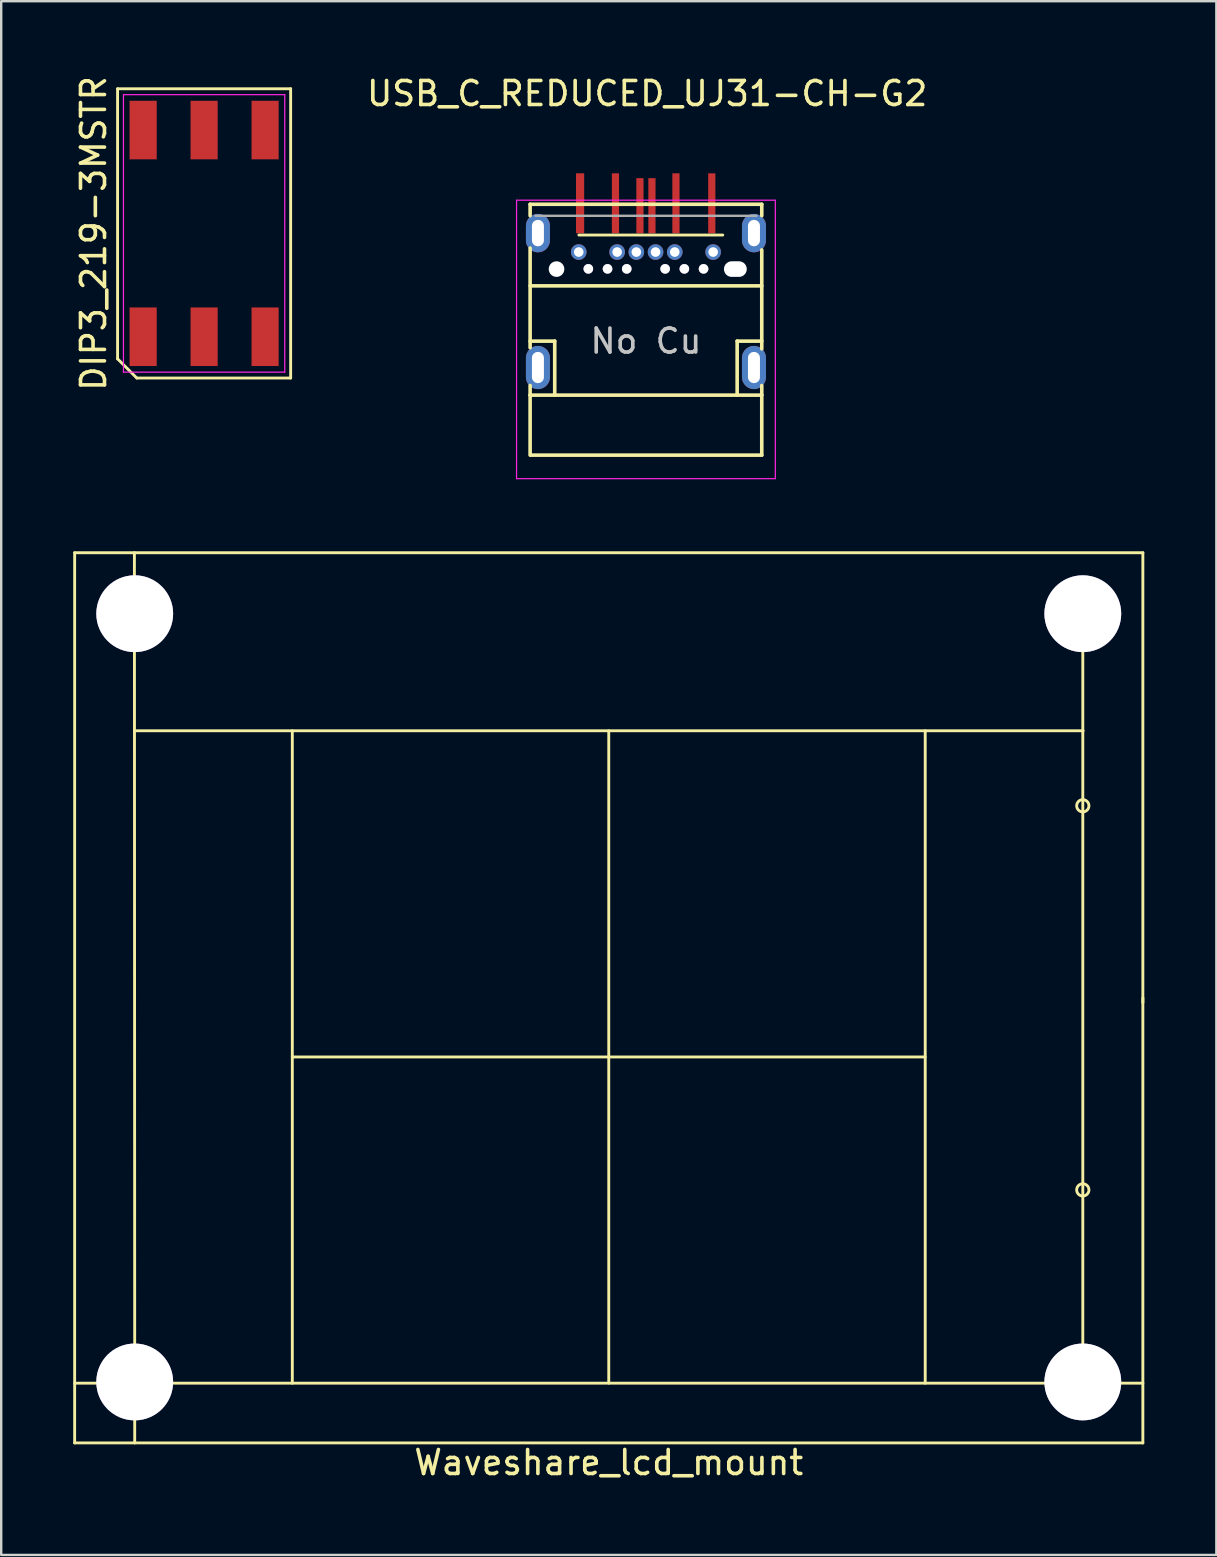
<source format=kicad_pcb>
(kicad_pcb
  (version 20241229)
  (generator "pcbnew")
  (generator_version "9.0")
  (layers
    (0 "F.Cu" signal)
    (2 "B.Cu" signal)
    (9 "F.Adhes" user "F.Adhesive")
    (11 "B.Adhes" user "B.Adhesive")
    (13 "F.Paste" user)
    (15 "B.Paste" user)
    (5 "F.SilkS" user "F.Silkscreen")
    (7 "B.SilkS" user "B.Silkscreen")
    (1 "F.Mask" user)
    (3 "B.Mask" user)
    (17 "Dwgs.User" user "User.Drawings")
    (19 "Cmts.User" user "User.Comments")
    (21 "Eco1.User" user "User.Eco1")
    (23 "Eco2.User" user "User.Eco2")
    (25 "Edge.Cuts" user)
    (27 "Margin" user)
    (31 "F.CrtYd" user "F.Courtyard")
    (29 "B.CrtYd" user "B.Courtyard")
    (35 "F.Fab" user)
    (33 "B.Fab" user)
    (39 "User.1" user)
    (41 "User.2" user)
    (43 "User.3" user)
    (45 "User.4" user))
  (footprint "Waveshare_lcd_mount"
    (layer "F.Cu")
    (at 22.31 38.518)
    (property "Reference" "Waveshare_lcd_mount" (at 0 19.36 0) (layer "F.SilkS") (effects (font (size 1 1) (thickness 0.15))))
    (attr through_hole)
    (fp_line (start -22.25 -18.542) (end -22.25 18.542) (stroke (width 0.12) (type solid)) (layer "F.SilkS"))
    (fp_line (start -19.748 16.002) (end -19.761 -18.542) (stroke (width 0.12) (type solid)) (layer "F.SilkS"))
    (fp_line (start -19.748 16.002) (end -19.748 18.542) (stroke (width 0.12) (type solid)) (layer "F.SilkS"))
    (fp_line (start -13.183 -11.125) (end -13.183 16.053) (stroke (width 0.12) (type solid)) (layer "F.SilkS"))
    (fp_line (start 0 -11.125) (end 0 16.053) (stroke (width 0.12) (type solid)) (layer "F.SilkS"))
    (fp_line (start 13.183 -11.125) (end 13.183 16.053) (stroke (width 0.12) (type solid)) (layer "F.SilkS"))
    (fp_line (start 13.183 2.464) (end -13.183 2.464) (stroke (width 0.12) (type solid)) (layer "F.SilkS"))
    (fp_line (start 19.748 16.002) (end 19.748 -16.002) (stroke (width 0.12) (type solid)) (layer "F.SilkS"))
    (fp_line (start 19.761 -11.125) (end -19.761 -11.125) (stroke (width 0.12) (type solid)) (layer "F.SilkS"))
    (fp_line (start 22.25 -18.542) (end -22.25 -18.542) (stroke (width 0.12) (type solid)) (layer "F.SilkS"))
    (fp_line (start 22.25 -18.542) (end 22.25 18.542) (stroke (width 0.12) (type solid)) (layer "F.SilkS"))
    (fp_line (start 22.25 0) (end 22.25 0.203) (stroke (width 0.12) (type solid)) (layer "F.SilkS"))
    (fp_line (start 22.25 16.053) (end -22.25 16.053) (stroke (width 0.12) (type solid)) (layer "F.SilkS"))
    (fp_line (start 22.25 18.542) (end -22.25 18.542) (stroke (width 0.12) (type solid)) (layer "F.SilkS"))
    (fp_circle (center 19.748 -8.001) (end 20.003 -8.001) (stroke (width 0.12) (type solid)) (fill no) (layer "F.SilkS"))
    (fp_circle (center 19.748 8.001) (end 20.003 8.001) (stroke (width 0.12) (type solid)) (fill no) (layer "F.SilkS"))
    (pad "1" thru_hole circle (at 19.748 16.002) (size 3.2 3.2) (drill 3.2) (layers "*.Cu" "*.Mask"))
    (pad "2" thru_hole circle (at -19.748 16.002) (size 3.2 3.2) (drill 3.2) (layers "*.Cu" "*.Mask"))
    (pad "3" thru_hole circle (at -19.748 -16.002) (size 3.2 3.2) (drill 3.2) (layers "*.Cu" "*.Mask"))
    (pad "4" thru_hole circle (at 19.748 -16.002) (size 3.2 3.2) (drill 3.2) (layers "*.Cu" "*.Mask")))
  (footprint "DIP3_219-3MSTR"
    (layer "F.Cu")
    (at 5.453 6.673)
    (property "Reference" "DIP3_219-3MSTR" (at -4.605 0 90) (layer "F.SilkS") (effects (font (size 1 1) (thickness 0.15))))
    (attr smd)
    (fp_line (start -3.605 -6.025) (end 3.605 -6.025) (stroke (width 0.12) (type solid)) (layer "F.SilkS"))
    (fp_line (start -3.605 5.225) (end -3.605 -6.025) (stroke (width 0.12) (type solid)) (layer "F.SilkS"))
    (fp_line (start -2.805 6.025) (end -3.605 5.225) (stroke (width 0.12) (type solid)) (layer "F.SilkS"))
    (fp_line (start 3.605 -6.025) (end 3.605 6.025) (stroke (width 0.12) (type solid)) (layer "F.SilkS"))
    (fp_line (start 3.605 6.025) (end -2.805 6.025) (stroke (width 0.12) (type solid)) (layer "F.SilkS"))
    (fp_line (start -3.36 -5.78) (end 3.36 -5.78) (stroke (width 0.05) (type solid)) (layer "F.CrtYd"))
    (fp_line (start -3.36 5.78) (end -3.36 -5.78) (stroke (width 0.05) (type solid)) (layer "F.CrtYd"))
    (fp_line (start 3.36 -5.78) (end 3.36 5.78) (stroke (width 0.05) (type solid)) (layer "F.CrtYd"))
    (fp_line (start 3.36 5.78) (end -3.36 5.78) (stroke (width 0.05) (type solid)) (layer "F.CrtYd"))
    (pad "1" smd rect (at -2.54 4.305) (size 1.13 2.44) (layers "F.Cu" "F.Mask" "F.Paste"))
    (pad "2" smd rect (at 0 4.305) (size 1.13 2.44) (layers "F.Cu" "F.Mask" "F.Paste"))
    (pad "3" smd rect (at 2.54 4.305) (size 1.13 2.44) (layers "F.Cu" "F.Mask" "F.Paste"))
    (pad "4" smd rect (at 2.54 -4.305) (size 1.13 2.44) (layers "F.Cu" "F.Mask" "F.Paste"))
    (pad "5" smd rect (at 0 -4.305) (size 1.13 2.44) (layers "F.Cu" "F.Mask" "F.Paste"))
    (pad "6" smd rect (at -2.54 -4.305) (size 1.13 2.44) (layers "F.Cu" "F.Mask" "F.Paste")))
  (footprint "USB_C_REDUCED_UJ31-CH-G2"
    (layer "F.Cu")
    (at 23.859 9.23)
    (property "Reference" "USB_C_REDUCED_UJ31-CH-G2" (at 0.051 -8.382 0) (layer "F.SilkS") (effects (font (size 1 1) (thickness 0.15))))
    (attr through_hole)
    (fp_line (start -4.825 -3.77) (end -4.825 -3.295) (stroke (width 0.15) (type solid)) (layer "F.SilkS"))
    (fp_line (start -4.825 -1.945) (end -4.825 2.205) (stroke (width 0.15) (type solid)) (layer "F.SilkS"))
    (fp_line (start -4.825 3.78) (end -4.825 4.18) (stroke (width 0.15) (type solid)) (layer "F.SilkS"))
    (fp_line (start -4.825 4.18) (end -4.825 6.68) (stroke (width 0.15) (type solid)) (layer "F.SilkS"))
    (fp_line (start -4.825 4.18) (end 4.825 4.18) (stroke (width 0.15) (type solid)) (layer "F.SilkS"))
    (fp_line (start -3.8 1.93) (end -4.825 1.93) (stroke (width 0.15) (type solid)) (layer "F.SilkS"))
    (fp_line (start -3.8 4.18) (end -3.8 1.93) (stroke (width 0.15) (type solid)) (layer "F.SilkS"))
    (fp_line (start -2.794 -2.489) (end 3.2 -2.489) (stroke (width 0.12) (type solid)) (layer "F.SilkS"))
    (fp_line (start 0 -3.77) (end -4.825 -3.77) (stroke (width 0.15) (type solid)) (layer "F.SilkS"))
    (fp_line (start 0 -3.77) (end 4.825 -3.77) (stroke (width 0.15) (type solid)) (layer "F.SilkS"))
    (fp_line (start 3.8 1.93) (end 4.825 1.93) (stroke (width 0.15) (type solid)) (layer "F.SilkS"))
    (fp_line (start 3.8 4.18) (end 3.8 1.93) (stroke (width 0.15) (type solid)) (layer "F.SilkS"))
    (fp_line (start 4.825 -3.77) (end 4.825 -3.295) (stroke (width 0.15) (type solid)) (layer "F.SilkS"))
    (fp_line (start 4.825 -1.87) (end 4.825 2.255) (stroke (width 0.15) (type solid)) (layer "F.SilkS"))
    (fp_line (start 4.825 -0.37) (end -4.825 -0.37) (stroke (width 0.15) (type solid)) (layer "F.SilkS"))
    (fp_line (start 4.825 3.78) (end 4.825 4.155) (stroke (width 0.15) (type solid)) (layer "F.SilkS"))
    (fp_line (start 4.825 4.18) (end 4.825 6.68) (stroke (width 0.15) (type solid)) (layer "F.SilkS"))
    (fp_line (start 4.825 6.68) (end -4.8 6.68) (stroke (width 0.15) (type solid)) (layer "F.SilkS"))
    (fp_line (start -5.39 -3.94) (end 5.39 -3.94) (stroke (width 0.05) (type solid)) (layer "F.CrtYd"))
    (fp_line (start -5.39 7.66) (end -5.39 -3.94) (stroke (width 0.05) (type solid)) (layer "F.CrtYd"))
    (fp_line (start 5.39 -3.94) (end 5.39 7.66) (stroke (width 0.05) (type solid)) (layer "F.CrtYd"))
    (fp_line (start 5.39 7.66) (end -5.39 7.66) (stroke (width 0.05) (type solid)) (layer "F.CrtYd"))
    (fp_line (start -4.6 -3.29) (end 4.6 -3.29) (stroke (width 0.1) (type solid)) (layer "F.Fab"))
    (fp_text user "No Cu" (at 0 1.93 0) (layer "Dwgs.User") (effects (font (size 1 1) (thickness 0.15))))
    (pad "" np_thru_hole circle (at -3.725 -1.07) (size 0.65 0.65) (drill 0.65) (layers "*.Cu" "*.Mask"))
    (pad "" np_thru_hole oval (at 3.725 -1.07) (size 0.95 0.65) (drill oval 0.95 0.65) (layers "*.Cu" "*.Mask"))
    (pad "A1" smd rect (at -2.743 -3.81) (size 0.34 2.5) (layers "F.Cu" "F.Mask" "F.Paste"))
    (pad "A4" smd rect (at -1.27 -3.81) (size 0.3 2.5) (layers "F.Cu" "F.Mask" "F.Paste"))
    (pad "A6" smd rect (at -0.25 -3.708) (size 0.3 2.3) (layers "F.Cu" "F.Mask" "F.Paste"))
    (pad "A7" smd rect (at 0.25 -3.708) (size 0.3 2.3) (layers "F.Cu" "F.Mask" "F.Paste"))
    (pad "A9" smd rect (at 1.25 -3.81) (size 0.3 2.5) (layers "F.Cu" "F.Mask" "F.Paste"))
    (pad "A12" smd rect (at 2.743 -3.81) (size 0.3 2.5) (layers "F.Cu" "F.Mask" "F.Paste"))
    (pad "B1" thru_hole circle (at 2.8 -1.78) (size 0.65 0.65) (drill 0.4) (layers "*.Cu" "*.Mask"))
    (pad "B2" thru_hole circle (at 2.4 -1.08) (size 0.4 0.4) (drill 0.4) (layers "*.Cu" "*.Mask"))
    (pad "B3" thru_hole circle (at 1.6 -1.08) (size 0.4 0.4) (drill 0.4) (layers "*.Cu" "*.Mask"))
    (pad "B4" thru_hole circle (at 1.2 -1.78) (size 0.65 0.65) (drill 0.4) (layers "*.Cu" "*.Mask"))
    (pad "B5" thru_hole circle (at 0.8 -1.08) (size 0.4 0.4) (drill 0.4) (layers "*.Cu" "*.Mask"))
    (pad "B6" thru_hole circle (at 0.4 -1.78) (size 0.65 0.65) (drill 0.4) (layers "*.Cu" "*.Mask"))
    (pad "B7" thru_hole circle (at -0.4 -1.78) (size 0.65 0.65) (drill 0.4) (layers "*.Cu" "*.Mask"))
    (pad "B8" thru_hole circle (at -0.8 -1.08) (size 0.4 0.4) (drill 0.4) (layers "*.Cu" "*.Mask"))
    (pad "B9" thru_hole circle (at -1.2 -1.78) (size 0.65 0.65) (drill 0.4) (layers "*.Cu" "*.Mask"))
    (pad "B10" thru_hole circle (at -1.6 -1.08) (size 0.4 0.4) (drill 0.4) (layers "*.Cu" "*.Mask"))
    (pad "B11" thru_hole circle (at -2.4 -1.08) (size 0.4 0.4) (drill 0.4) (layers "*.Cu" "*.Mask"))
    (pad "B12" thru_hole circle (at -2.8 -1.78) (size 0.65 0.65) (drill 0.4) (layers "*.Cu" "*.Mask"))
    (pad "S1" thru_hole oval (at -4.5 -2.57) (size 1 1.6) (drill oval 0.5 1.1) (layers "*.Cu" "*.Mask"))
    (pad "S1" thru_hole oval (at -4.5 3.03) (size 1 1.8) (drill oval 0.5 1.3) (layers "*.Cu" "*.Mask"))
    (pad "S1" thru_hole oval (at 4.5 -2.57) (size 1 1.6) (drill oval 0.5 1.1) (layers "*.Cu" "*.Mask"))
    (pad "S1" thru_hole oval (at 4.5 3.03) (size 1 1.8) (drill oval 0.5 1.3) (layers "*.Cu" "*.Mask")))
  (gr_rect
    (start -3 -3)
    (end 47.621 61.725)
    (stroke (width 0.1) (type default))
    (fill no)
    (layer "Edge.Cuts")))
</source>
